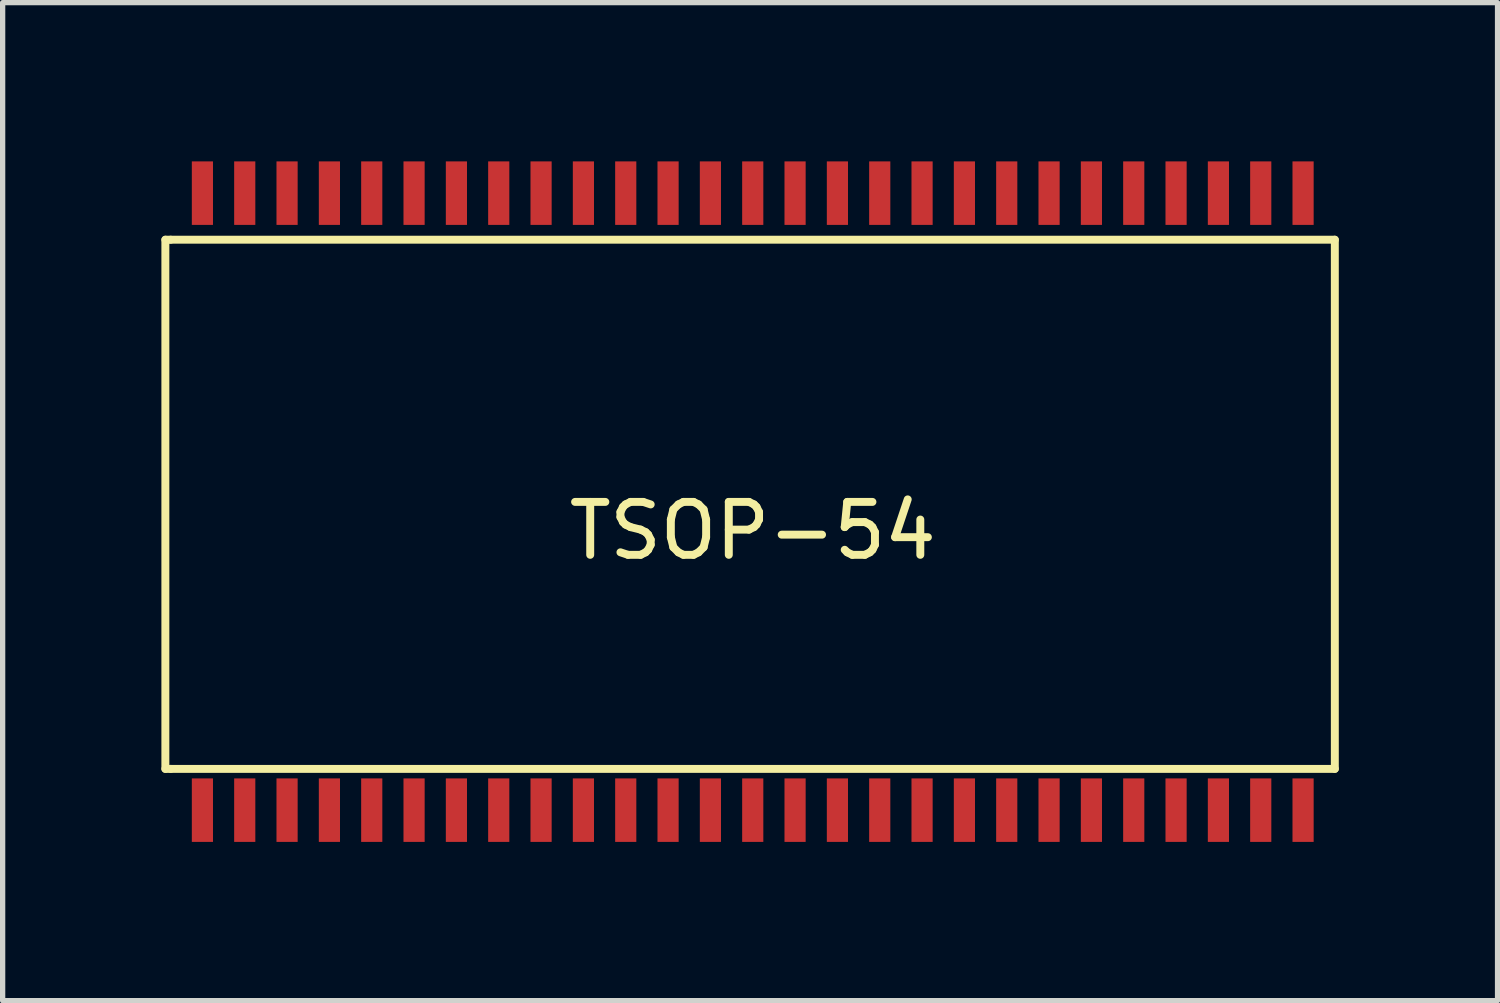
<source format=kicad_pcb>
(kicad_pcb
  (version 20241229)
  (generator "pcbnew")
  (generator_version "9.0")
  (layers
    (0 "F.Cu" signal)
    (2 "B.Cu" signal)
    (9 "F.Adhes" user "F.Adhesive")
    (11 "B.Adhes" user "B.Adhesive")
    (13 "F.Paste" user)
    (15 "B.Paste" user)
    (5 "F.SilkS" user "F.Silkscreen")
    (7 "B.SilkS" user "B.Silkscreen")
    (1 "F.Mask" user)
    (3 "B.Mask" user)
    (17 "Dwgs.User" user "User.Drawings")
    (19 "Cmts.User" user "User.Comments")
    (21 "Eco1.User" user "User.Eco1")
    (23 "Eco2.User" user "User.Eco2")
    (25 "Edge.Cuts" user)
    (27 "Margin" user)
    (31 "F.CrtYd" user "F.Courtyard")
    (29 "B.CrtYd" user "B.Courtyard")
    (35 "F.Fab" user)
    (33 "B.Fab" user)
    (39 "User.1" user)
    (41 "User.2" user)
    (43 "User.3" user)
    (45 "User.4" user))
  (footprint "TSOP-54"
    (layer "F.Cu")
    (at 11.175 6.48)
    (property "Reference" "TSOP-54" (at 0 0.5 0) (layer "F.SilkS") (effects (font (size 1 1) (thickness 0.15))))
    (attr through_hole)
    (fp_line (start -11.1 -5) (end -11 -5) (stroke (width 0.15) (type solid)) (layer "F.SilkS"))
    (fp_line (start -11.1 5) (end -11.1 -5) (stroke (width 0.15) (type solid)) (layer "F.SilkS"))
    (fp_line (start -11 5) (end -11.1 5) (stroke (width 0.15) (type solid)) (layer "F.SilkS"))
    (fp_line (start -11 5) (end 11 5) (stroke (width 0.15) (type solid)) (layer "F.SilkS"))
    (fp_line (start 11 -5) (end -11 -5) (stroke (width 0.15) (type solid)) (layer "F.SilkS"))
    (fp_line (start 11 5) (end 11 -5) (stroke (width 0.15) (type solid)) (layer "F.SilkS"))
    (pad "1" smd rect (at -10.4 5.78) (size 0.4 1.2) (layers "F.Cu" "F.Mask" "F.Paste"))
    (pad "2" smd rect (at -9.6 5.78) (size 0.4 1.2) (layers "F.Cu" "F.Mask" "F.Paste"))
    (pad "3" smd rect (at -8.8 5.78) (size 0.4 1.2) (layers "F.Cu" "F.Mask" "F.Paste"))
    (pad "4" smd rect (at -8 5.78) (size 0.4 1.2) (layers "F.Cu" "F.Mask" "F.Paste"))
    (pad "5" smd rect (at -7.2 5.78) (size 0.4 1.2) (layers "F.Cu" "F.Mask" "F.Paste"))
    (pad "6" smd rect (at -6.4 5.78) (size 0.4 1.2) (layers "F.Cu" "F.Mask" "F.Paste"))
    (pad "7" smd rect (at -5.6 5.78) (size 0.4 1.2) (layers "F.Cu" "F.Mask" "F.Paste"))
    (pad "8" smd rect (at -4.8 5.78) (size 0.4 1.2) (layers "F.Cu" "F.Mask" "F.Paste"))
    (pad "9" smd rect (at -4 5.78) (size 0.4 1.2) (layers "F.Cu" "F.Mask" "F.Paste"))
    (pad "10" smd rect (at -3.2 5.78) (size 0.4 1.2) (layers "F.Cu" "F.Mask" "F.Paste"))
    (pad "11" smd rect (at -2.4 5.78) (size 0.4 1.2) (layers "F.Cu" "F.Mask" "F.Paste"))
    (pad "12" smd rect (at -1.6 5.78) (size 0.4 1.2) (layers "F.Cu" "F.Mask" "F.Paste"))
    (pad "13" smd rect (at -0.8 5.78) (size 0.4 1.2) (layers "F.Cu" "F.Mask" "F.Paste"))
    (pad "14" smd rect (at 0 5.78) (size 0.4 1.2) (layers "F.Cu" "F.Mask" "F.Paste"))
    (pad "15" smd rect (at 0.8 5.78) (size 0.4 1.2) (layers "F.Cu" "F.Mask" "F.Paste"))
    (pad "16" smd rect (at 1.6 5.78) (size 0.4 1.2) (layers "F.Cu" "F.Mask" "F.Paste"))
    (pad "17" smd rect (at 2.4 5.78) (size 0.4 1.2) (layers "F.Cu" "F.Mask" "F.Paste"))
    (pad "18" smd rect (at 3.2 5.78) (size 0.4 1.2) (layers "F.Cu" "F.Mask" "F.Paste"))
    (pad "19" smd rect (at 4 5.78) (size 0.4 1.2) (layers "F.Cu" "F.Mask" "F.Paste"))
    (pad "20" smd rect (at 4.8 5.78) (size 0.4 1.2) (layers "F.Cu" "F.Mask" "F.Paste"))
    (pad "21" smd rect (at 5.6 5.78) (size 0.4 1.2) (layers "F.Cu" "F.Mask" "F.Paste"))
    (pad "22" smd rect (at 6.4 5.78) (size 0.4 1.2) (layers "F.Cu" "F.Mask" "F.Paste"))
    (pad "23" smd rect (at 7.2 5.78) (size 0.4 1.2) (layers "F.Cu" "F.Mask" "F.Paste"))
    (pad "24" smd rect (at 8 5.78) (size 0.4 1.2) (layers "F.Cu" "F.Mask" "F.Paste"))
    (pad "25" smd rect (at 8.8 5.78) (size 0.4 1.2) (layers "F.Cu" "F.Mask" "F.Paste"))
    (pad "26" smd rect (at 9.6 5.78) (size 0.4 1.2) (layers "F.Cu" "F.Mask" "F.Paste"))
    (pad "27" smd rect (at 10.4 5.78) (size 0.4 1.2) (layers "F.Cu" "F.Mask" "F.Paste"))
    (pad "28" smd rect (at 10.4 -5.88) (size 0.4 1.2) (layers "F.Cu" "F.Mask" "F.Paste"))
    (pad "29" smd rect (at 9.6 -5.88) (size 0.4 1.2) (layers "F.Cu" "F.Mask" "F.Paste"))
    (pad "30" smd rect (at 8.8 -5.88) (size 0.4 1.2) (layers "F.Cu" "F.Mask" "F.Paste"))
    (pad "31" smd rect (at 8 -5.88) (size 0.4 1.2) (layers "F.Cu" "F.Mask" "F.Paste"))
    (pad "32" smd rect (at 7.2 -5.88) (size 0.4 1.2) (layers "F.Cu" "F.Mask" "F.Paste"))
    (pad "33" smd rect (at 6.4 -5.88) (size 0.4 1.2) (layers "F.Cu" "F.Mask" "F.Paste"))
    (pad "34" smd rect (at 5.6 -5.88) (size 0.4 1.2) (layers "F.Cu" "F.Mask" "F.Paste"))
    (pad "35" smd rect (at 4.8 -5.88) (size 0.4 1.2) (layers "F.Cu" "F.Mask" "F.Paste"))
    (pad "36" smd rect (at 4 -5.88) (size 0.4 1.2) (layers "F.Cu" "F.Mask" "F.Paste"))
    (pad "37" smd rect (at 3.2 -5.88) (size 0.4 1.2) (layers "F.Cu" "F.Mask" "F.Paste"))
    (pad "38" smd rect (at 2.4 -5.88) (size 0.4 1.2) (layers "F.Cu" "F.Mask" "F.Paste"))
    (pad "39" smd rect (at 1.6 -5.88) (size 0.4 1.2) (layers "F.Cu" "F.Mask" "F.Paste"))
    (pad "40" smd rect (at 0.8 -5.88) (size 0.4 1.2) (layers "F.Cu" "F.Mask" "F.Paste"))
    (pad "41" smd rect (at 0 -5.88) (size 0.4 1.2) (layers "F.Cu" "F.Mask" "F.Paste"))
    (pad "42" smd rect (at -0.8 -5.88) (size 0.4 1.2) (layers "F.Cu" "F.Mask" "F.Paste"))
    (pad "43" smd rect (at -1.6 -5.88) (size 0.4 1.2) (layers "F.Cu" "F.Mask" "F.Paste"))
    (pad "44" smd rect (at -2.4 -5.88) (size 0.4 1.2) (layers "F.Cu" "F.Mask" "F.Paste"))
    (pad "45" smd rect (at -3.2 -5.88) (size 0.4 1.2) (layers "F.Cu" "F.Mask" "F.Paste"))
    (pad "46" smd rect (at -4 -5.88) (size 0.4 1.2) (layers "F.Cu" "F.Mask" "F.Paste"))
    (pad "47" smd rect (at -4.8 -5.88) (size 0.4 1.2) (layers "F.Cu" "F.Mask" "F.Paste"))
    (pad "48" smd rect (at -5.6 -5.88) (size 0.4 1.2) (layers "F.Cu" "F.Mask" "F.Paste"))
    (pad "49" smd rect (at -6.4 -5.88) (size 0.4 1.2) (layers "F.Cu" "F.Mask" "F.Paste"))
    (pad "50" smd rect (at -7.2 -5.88) (size 0.4 1.2) (layers "F.Cu" "F.Mask" "F.Paste"))
    (pad "51" smd rect (at -8 -5.88) (size 0.4 1.2) (layers "F.Cu" "F.Mask" "F.Paste"))
    (pad "52" smd rect (at -8.8 -5.88) (size 0.4 1.2) (layers "F.Cu" "F.Mask" "F.Paste"))
    (pad "53" smd rect (at -9.6 -5.88) (size 0.4 1.2) (layers "F.Cu" "F.Mask" "F.Paste"))
    (pad "54" smd rect (at -10.4 -5.88) (size 0.4 1.2) (layers "F.Cu" "F.Mask" "F.Paste")))
  (gr_rect
    (start -3 -3)
    (end 25.25 15.86)
    (stroke (width 0.1) (type default))
    (fill no)
    (layer "Edge.Cuts")))
</source>
